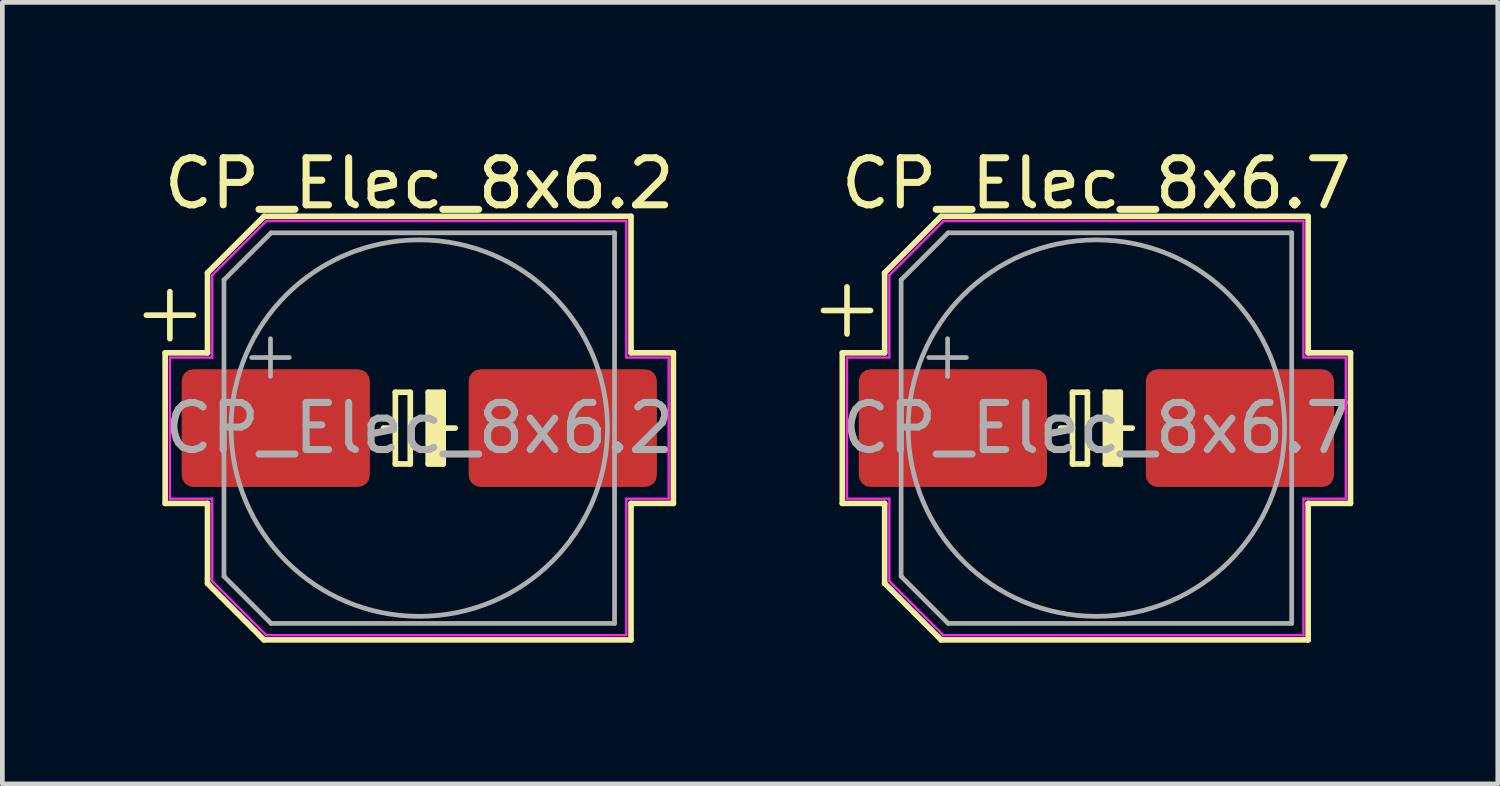
<source format=kicad_pcb>
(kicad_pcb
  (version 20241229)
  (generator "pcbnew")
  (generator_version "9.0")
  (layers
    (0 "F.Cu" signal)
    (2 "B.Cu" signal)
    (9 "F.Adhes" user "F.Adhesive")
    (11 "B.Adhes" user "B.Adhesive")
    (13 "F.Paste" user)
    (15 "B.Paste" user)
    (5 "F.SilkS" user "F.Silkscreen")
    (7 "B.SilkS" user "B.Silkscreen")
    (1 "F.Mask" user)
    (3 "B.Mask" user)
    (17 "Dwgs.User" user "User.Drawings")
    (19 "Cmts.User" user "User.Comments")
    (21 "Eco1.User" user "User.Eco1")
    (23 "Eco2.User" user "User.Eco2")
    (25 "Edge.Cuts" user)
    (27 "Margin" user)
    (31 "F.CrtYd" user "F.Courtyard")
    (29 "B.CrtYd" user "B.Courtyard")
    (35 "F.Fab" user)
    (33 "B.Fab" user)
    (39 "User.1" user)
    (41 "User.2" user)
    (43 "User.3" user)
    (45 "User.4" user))
  (footprint "CP_Elec_8x6.7"
    (layer "F.Cu")
    (at 20.25 6.048)
    (property "Reference" "CP_Elec_8x6.7" (at 0 -5.2 0) (layer "F.SilkS") (effects (font (size 1 1) (thickness 0.15))))
    (attr smd)
    (fp_line (start -5.8 -2.5) (end -4.8 -2.5) (stroke (width 0.12) (type solid)) (layer "F.SilkS"))
    (fp_line (start -5.4 -1.6) (end -5.4 1.6) (stroke (width 0.12) (type solid)) (layer "F.SilkS"))
    (fp_line (start -5.4 1.6) (end -4.5 1.6) (stroke (width 0.12) (type solid)) (layer "F.SilkS"))
    (fp_line (start -5.3 -3) (end -5.3 -2) (stroke (width 0.12) (type solid)) (layer "F.SilkS"))
    (fp_line (start -4.5 -3.3) (end -4.5 -1.6) (stroke (width 0.12) (type solid)) (layer "F.SilkS"))
    (fp_line (start -4.5 -1.6) (end -5.4 -1.6) (stroke (width 0.12) (type solid)) (layer "F.SilkS"))
    (fp_line (start -4.5 1.6) (end -4.5 3.3) (stroke (width 0.12) (type solid)) (layer "F.SilkS"))
    (fp_line (start -4.5 3.3) (end -3.3 4.5) (stroke (width 0.12) (type solid)) (layer "F.SilkS"))
    (fp_line (start -3.3 -4.5) (end -4.5 -3.3) (stroke (width 0.12) (type solid)) (layer "F.SilkS"))
    (fp_line (start -3.3 4.5) (end 4.5 4.5) (stroke (width 0.12) (type solid)) (layer "F.SilkS"))
    (fp_line (start -0.508 0) (end -0.762 0) (stroke (width 0.12) (type solid)) (layer "F.SilkS"))
    (fp_line (start -0.508 0.762) (end -0.508 -0.762) (stroke (width 0.12) (type solid)) (layer "F.SilkS"))
    (fp_line (start -0.508 0.762) (end -0.191 0.762) (stroke (width 0.12) (type solid)) (layer "F.SilkS"))
    (fp_line (start -0.191 -0.762) (end -0.508 -0.762) (stroke (width 0.12) (type solid)) (layer "F.SilkS"))
    (fp_line (start -0.191 -0.762) (end -0.191 0.762) (stroke (width 0.12) (type solid)) (layer "F.SilkS"))
    (fp_line (start 0.191 -0.762) (end 0.191 -0.191) (stroke (width 0.12) (type solid)) (layer "F.SilkS"))
    (fp_line (start 0.191 -0.254) (end 0.191 0.762) (stroke (width 0.12) (type solid)) (layer "F.SilkS"))
    (fp_line (start 0.191 0.762) (end 0.508 0.762) (stroke (width 0.12) (type solid)) (layer "F.SilkS"))
    (fp_line (start 0.508 -0.762) (end 0.191 -0.762) (stroke (width 0.12) (type solid)) (layer "F.SilkS"))
    (fp_line (start 0.508 0) (end 0.762 0) (stroke (width 0.12) (type solid)) (layer "F.SilkS"))
    (fp_line (start 0.508 0.762) (end 0.508 -0.762) (stroke (width 0.12) (type solid)) (layer "F.SilkS"))
    (fp_line (start 4.5 -4.5) (end -3.3 -4.5) (stroke (width 0.12) (type solid)) (layer "F.SilkS"))
    (fp_line (start 4.5 -1.6) (end 4.5 -4.5) (stroke (width 0.12) (type solid)) (layer "F.SilkS"))
    (fp_line (start 4.5 1.6) (end 5.4 1.6) (stroke (width 0.12) (type solid)) (layer "F.SilkS"))
    (fp_line (start 4.5 4.5) (end 4.5 1.6) (stroke (width 0.12) (type solid)) (layer "F.SilkS"))
    (fp_line (start 5.4 -1.6) (end 4.5 -1.6) (stroke (width 0.12) (type solid)) (layer "F.SilkS"))
    (fp_line (start 5.4 1.6) (end 5.4 -1.6) (stroke (width 0.12) (type solid)) (layer "F.SilkS"))
    (fp_poly (pts (xy 0.508 0.762) (xy 0.191 0.762) (xy 0.191 -0.762) (xy 0.508 -0.762)) (stroke (width 0.1) (type solid)) (fill yes) (layer "F.SilkS"))
    (fp_line (start -5.3 -1.5) (end -5.3 1.5) (stroke (width 0.05) (type solid)) (layer "F.CrtYd"))
    (fp_line (start -5.3 1.5) (end -4.4 1.5) (stroke (width 0.05) (type solid)) (layer "F.CrtYd"))
    (fp_line (start -4.4 -3.25) (end -4.4 -1.5) (stroke (width 0.05) (type solid)) (layer "F.CrtYd"))
    (fp_line (start -4.4 -3.25) (end -3.25 -4.4) (stroke (width 0.05) (type solid)) (layer "F.CrtYd"))
    (fp_line (start -4.4 -1.5) (end -5.3 -1.5) (stroke (width 0.05) (type solid)) (layer "F.CrtYd"))
    (fp_line (start -4.4 1.5) (end -4.4 3.25) (stroke (width 0.05) (type solid)) (layer "F.CrtYd"))
    (fp_line (start -4.4 3.25) (end -3.25 4.4) (stroke (width 0.05) (type solid)) (layer "F.CrtYd"))
    (fp_line (start -3.25 -4.4) (end 4.4 -4.4) (stroke (width 0.05) (type solid)) (layer "F.CrtYd"))
    (fp_line (start -3.25 4.4) (end 4.4 4.4) (stroke (width 0.05) (type solid)) (layer "F.CrtYd"))
    (fp_line (start 4.4 -4.4) (end 4.4 -1.5) (stroke (width 0.05) (type solid)) (layer "F.CrtYd"))
    (fp_line (start 4.4 -1.5) (end 5.3 -1.5) (stroke (width 0.05) (type solid)) (layer "F.CrtYd"))
    (fp_line (start 4.4 1.5) (end 4.4 4.4) (stroke (width 0.05) (type solid)) (layer "F.CrtYd"))
    (fp_line (start 5.3 -1.5) (end 5.3 1.5) (stroke (width 0.05) (type solid)) (layer "F.CrtYd"))
    (fp_line (start 5.3 1.5) (end 4.4 1.5) (stroke (width 0.05) (type solid)) (layer "F.CrtYd"))
    (fp_line (start -4.15 -3.15) (end -4.15 3.15) (stroke (width 0.1) (type solid)) (layer "F.Fab"))
    (fp_line (start -4.15 -3.15) (end -3.15 -4.15) (stroke (width 0.1) (type solid)) (layer "F.Fab"))
    (fp_line (start -4.15 3.15) (end -3.15 4.15) (stroke (width 0.1) (type solid)) (layer "F.Fab"))
    (fp_line (start -3.562 -1.5) (end -2.762 -1.5) (stroke (width 0.1) (type solid)) (layer "F.Fab"))
    (fp_line (start -3.162 -1.9) (end -3.162 -1.1) (stroke (width 0.1) (type solid)) (layer "F.Fab"))
    (fp_line (start -3.15 -4.15) (end 4.15 -4.15) (stroke (width 0.1) (type solid)) (layer "F.Fab"))
    (fp_line (start -3.15 4.15) (end 4.15 4.15) (stroke (width 0.1) (type solid)) (layer "F.Fab"))
    (fp_line (start 4.15 -4.15) (end 4.15 4.15) (stroke (width 0.1) (type solid)) (layer "F.Fab"))
    (fp_circle (center 0 0) (end 4 0) (stroke (width 0.1) (type solid)) (fill no) (layer "F.Fab"))
    (fp_text user "${REFERENCE}" (at 0 0 0) (layer "F.Fab") (effects (font (size 1 1) (thickness 0.15))))
    (pad "1" smd roundrect (at -3.05 0) (size 4 2.5) (layers "F.Cu" "F.Mask" "F.Paste") (roundrect_rratio 0.1))
    (pad "2" smd roundrect (at 3.05 0) (size 4 2.5) (layers "F.Cu" "F.Mask" "F.Paste") (roundrect_rratio 0.1)))
  (footprint "CP_Elec_8x6.2"
    (layer "F.Cu")
    (at 5.86 6.048)
    (property "Reference" "CP_Elec_8x6.2" (at 0 -5.2 0) (layer "F.SilkS") (effects (font (size 1 1) (thickness 0.15))))
    (attr smd)
    (fp_line (start -5.8 -2.4) (end -4.8 -2.4) (stroke (width 0.12) (type solid)) (layer "F.SilkS"))
    (fp_line (start -5.4 -1.6) (end -5.4 1.6) (stroke (width 0.12) (type solid)) (layer "F.SilkS"))
    (fp_line (start -5.4 1.6) (end -4.5 1.6) (stroke (width 0.12) (type solid)) (layer "F.SilkS"))
    (fp_line (start -5.3 -2.9) (end -5.3 -1.9) (stroke (width 0.12) (type solid)) (layer "F.SilkS"))
    (fp_line (start -4.5 -3.3) (end -4.5 -1.6) (stroke (width 0.12) (type solid)) (layer "F.SilkS"))
    (fp_line (start -4.5 -1.6) (end -5.4 -1.6) (stroke (width 0.12) (type solid)) (layer "F.SilkS"))
    (fp_line (start -4.5 1.6) (end -4.5 3.2) (stroke (width 0.12) (type solid)) (layer "F.SilkS"))
    (fp_line (start -4.5 3.2) (end -4.5 3.3) (stroke (width 0.12) (type solid)) (layer "F.SilkS"))
    (fp_line (start -4.5 3.3) (end -3.3 4.5) (stroke (width 0.12) (type solid)) (layer "F.SilkS"))
    (fp_line (start -3.3 -4.5) (end -4.5 -3.3) (stroke (width 0.12) (type solid)) (layer "F.SilkS"))
    (fp_line (start -3.3 4.5) (end 4.5 4.5) (stroke (width 0.12) (type solid)) (layer "F.SilkS"))
    (fp_line (start -0.508 0) (end -0.762 0) (stroke (width 0.12) (type solid)) (layer "F.SilkS"))
    (fp_line (start -0.508 0.762) (end -0.508 -0.762) (stroke (width 0.12) (type solid)) (layer "F.SilkS"))
    (fp_line (start -0.508 0.762) (end -0.191 0.762) (stroke (width 0.12) (type solid)) (layer "F.SilkS"))
    (fp_line (start -0.191 -0.762) (end -0.508 -0.762) (stroke (width 0.12) (type solid)) (layer "F.SilkS"))
    (fp_line (start -0.191 -0.762) (end -0.191 0.762) (stroke (width 0.12) (type solid)) (layer "F.SilkS"))
    (fp_line (start 0.191 -0.762) (end 0.191 -0.191) (stroke (width 0.12) (type solid)) (layer "F.SilkS"))
    (fp_line (start 0.191 -0.254) (end 0.191 0.762) (stroke (width 0.12) (type solid)) (layer "F.SilkS"))
    (fp_line (start 0.191 0.762) (end 0.508 0.762) (stroke (width 0.12) (type solid)) (layer "F.SilkS"))
    (fp_line (start 0.508 -0.762) (end 0.191 -0.762) (stroke (width 0.12) (type solid)) (layer "F.SilkS"))
    (fp_line (start 0.508 0) (end 0.762 0) (stroke (width 0.12) (type solid)) (layer "F.SilkS"))
    (fp_line (start 0.508 0.762) (end 0.508 -0.762) (stroke (width 0.12) (type solid)) (layer "F.SilkS"))
    (fp_line (start 4.5 -4.5) (end -3.3 -4.5) (stroke (width 0.12) (type solid)) (layer "F.SilkS"))
    (fp_line (start 4.5 -1.6) (end 4.5 -4.5) (stroke (width 0.12) (type solid)) (layer "F.SilkS"))
    (fp_line (start 4.5 1.6) (end 5.4 1.6) (stroke (width 0.12) (type solid)) (layer "F.SilkS"))
    (fp_line (start 4.5 4.5) (end 4.5 1.6) (stroke (width 0.12) (type solid)) (layer "F.SilkS"))
    (fp_line (start 5.4 -1.6) (end 4.5 -1.6) (stroke (width 0.12) (type solid)) (layer "F.SilkS"))
    (fp_line (start 5.4 1.6) (end 5.4 -1.6) (stroke (width 0.12) (type solid)) (layer "F.SilkS"))
    (fp_poly (pts (xy 0.508 0.762) (xy 0.191 0.762) (xy 0.191 -0.762) (xy 0.508 -0.762)) (stroke (width 0.1) (type solid)) (fill yes) (layer "F.SilkS"))
    (fp_line (start -5.3 -1.5) (end -5.3 1.5) (stroke (width 0.05) (type solid)) (layer "F.CrtYd"))
    (fp_line (start -5.3 1.5) (end -4.4 1.5) (stroke (width 0.05) (type solid)) (layer "F.CrtYd"))
    (fp_line (start -4.4 -3.25) (end -4.4 -1.5) (stroke (width 0.05) (type solid)) (layer "F.CrtYd"))
    (fp_line (start -4.4 -3.25) (end -3.25 -4.4) (stroke (width 0.05) (type solid)) (layer "F.CrtYd"))
    (fp_line (start -4.4 -1.5) (end -5.3 -1.5) (stroke (width 0.05) (type solid)) (layer "F.CrtYd"))
    (fp_line (start -4.4 1.5) (end -4.4 3.25) (stroke (width 0.05) (type solid)) (layer "F.CrtYd"))
    (fp_line (start -4.4 3.25) (end -3.25 4.4) (stroke (width 0.05) (type solid)) (layer "F.CrtYd"))
    (fp_line (start -3.25 -4.4) (end 4.4 -4.4) (stroke (width 0.05) (type solid)) (layer "F.CrtYd"))
    (fp_line (start -3.25 4.4) (end 4.4 4.4) (stroke (width 0.05) (type solid)) (layer "F.CrtYd"))
    (fp_line (start 4.4 -4.4) (end 4.4 -1.5) (stroke (width 0.05) (type solid)) (layer "F.CrtYd"))
    (fp_line (start 4.4 -1.5) (end 5.3 -1.5) (stroke (width 0.05) (type solid)) (layer "F.CrtYd"))
    (fp_line (start 4.4 1.5) (end 4.4 4.4) (stroke (width 0.05) (type solid)) (layer "F.CrtYd"))
    (fp_line (start 5.3 -1.5) (end 5.3 1.5) (stroke (width 0.05) (type solid)) (layer "F.CrtYd"))
    (fp_line (start 5.3 1.5) (end 4.4 1.5) (stroke (width 0.05) (type solid)) (layer "F.CrtYd"))
    (fp_line (start -4.15 -3.15) (end -4.15 3.15) (stroke (width 0.1) (type solid)) (layer "F.Fab"))
    (fp_line (start -4.15 -3.15) (end -3.15 -4.15) (stroke (width 0.1) (type solid)) (layer "F.Fab"))
    (fp_line (start -4.15 3.15) (end -3.15 4.15) (stroke (width 0.1) (type solid)) (layer "F.Fab"))
    (fp_line (start -3.562 -1.5) (end -2.762 -1.5) (stroke (width 0.1) (type solid)) (layer "F.Fab"))
    (fp_line (start -3.162 -1.9) (end -3.162 -1.1) (stroke (width 0.1) (type solid)) (layer "F.Fab"))
    (fp_line (start -3.15 -4.15) (end 4.15 -4.15) (stroke (width 0.1) (type solid)) (layer "F.Fab"))
    (fp_line (start -3.15 4.15) (end 4.15 4.15) (stroke (width 0.1) (type solid)) (layer "F.Fab"))
    (fp_line (start 4.15 -4.15) (end 4.15 4.15) (stroke (width 0.1) (type solid)) (layer "F.Fab"))
    (fp_circle (center 0 0) (end 4 0) (stroke (width 0.1) (type solid)) (fill no) (layer "F.Fab"))
    (fp_text user "${REFERENCE}" (at 0 0 0) (layer "F.Fab") (effects (font (size 1 1) (thickness 0.15))))
    (pad "1" smd roundrect (at -3.05 0) (size 4 2.5) (layers "F.Cu" "F.Mask" "F.Paste") (roundrect_rratio 0.1))
    (pad "2" smd roundrect (at 3.05 0) (size 4 2.5) (layers "F.Cu" "F.Mask" "F.Paste") (roundrect_rratio 0.1)))
  (gr_rect
    (start -3 -3)
    (end 28.78 13.608)
    (stroke (width 0.1) (type default))
    (fill no)
    (layer "Edge.Cuts")))
</source>
